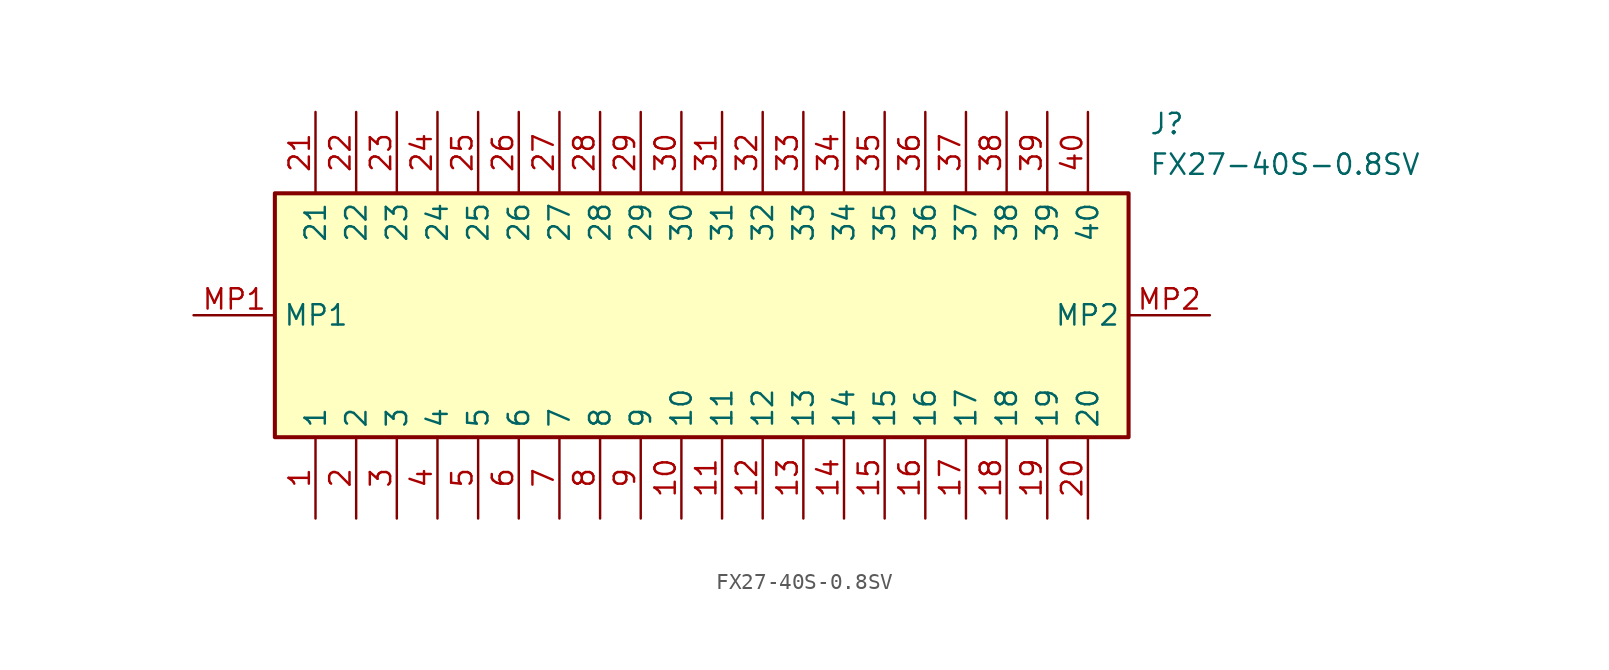
<source format=kicad_sym>
(kicad_symbol_lib
  (version 20211014)
  (generator SamacSys_ECAD_Model)
  (symbol "FX27-40S-0.8SV"
    (property "Reference" "J"
      (at 59.69 12.7 0)
      (effects (font (size 1.27 1.27)) (justify left top)))
    (property "Value" "FX27-40S-0.8SV"
      (at 59.69 10.16 0)
      (effects (font (size 1.27 1.27)) (justify left top)))
    (rectangle
      (start 5.08 7.62)
      (end 58.42 -7.62)
      (stroke (width 0.254) (type default))
      (fill (type background)))
    (pin passive line
      (at 7.62 -12.7 90)
      (length 5.08)
      (name "1" (effects (font (size 1.27 1.27))))
      (number "1" (effects (font (size 1.27 1.27)))))
    (pin passive line
      (at 10.16 -12.7 90)
      (length 5.08)
      (name "2" (effects (font (size 1.27 1.27))))
      (number "2" (effects (font (size 1.27 1.27)))))
    (pin passive line
      (at 12.7 -12.7 90)
      (length 5.08)
      (name "3" (effects (font (size 1.27 1.27))))
      (number "3" (effects (font (size 1.27 1.27)))))
    (pin passive line
      (at 15.24 -12.7 90)
      (length 5.08)
      (name "4" (effects (font (size 1.27 1.27))))
      (number "4" (effects (font (size 1.27 1.27)))))
    (pin passive line
      (at 17.78 -12.7 90)
      (length 5.08)
      (name "5" (effects (font (size 1.27 1.27))))
      (number "5" (effects (font (size 1.27 1.27)))))
    (pin passive line
      (at 20.32 -12.7 90)
      (length 5.08)
      (name "6" (effects (font (size 1.27 1.27))))
      (number "6" (effects (font (size 1.27 1.27)))))
    (pin passive line
      (at 22.86 -12.7 90)
      (length 5.08)
      (name "7" (effects (font (size 1.27 1.27))))
      (number "7" (effects (font (size 1.27 1.27)))))
    (pin passive line
      (at 25.4 -12.7 90)
      (length 5.08)
      (name "8" (effects (font (size 1.27 1.27))))
      (number "8" (effects (font (size 1.27 1.27)))))
    (pin passive line
      (at 27.94 -12.7 90)
      (length 5.08)
      (name "9" (effects (font (size 1.27 1.27))))
      (number "9" (effects (font (size 1.27 1.27)))))
    (pin passive line
      (at 30.48 -12.7 90)
      (length 5.08)
      (name "10" (effects (font (size 1.27 1.27))))
      (number "10" (effects (font (size 1.27 1.27)))))
    (pin passive line
      (at 33.02 -12.7 90)
      (length 5.08)
      (name "11" (effects (font (size 1.27 1.27))))
      (number "11" (effects (font (size 1.27 1.27)))))
    (pin passive line
      (at 35.56 -12.7 90)
      (length 5.08)
      (name "12" (effects (font (size 1.27 1.27))))
      (number "12" (effects (font (size 1.27 1.27)))))
    (pin passive line
      (at 38.1 -12.7 90)
      (length 5.08)
      (name "13" (effects (font (size 1.27 1.27))))
      (number "13" (effects (font (size 1.27 1.27)))))
    (pin passive line
      (at 40.64 -12.7 90)
      (length 5.08)
      (name "14" (effects (font (size 1.27 1.27))))
      (number "14" (effects (font (size 1.27 1.27)))))
    (pin passive line
      (at 43.18 -12.7 90)
      (length 5.08)
      (name "15" (effects (font (size 1.27 1.27))))
      (number "15" (effects (font (size 1.27 1.27)))))
    (pin passive line
      (at 45.72 -12.7 90)
      (length 5.08)
      (name "16" (effects (font (size 1.27 1.27))))
      (number "16" (effects (font (size 1.27 1.27)))))
    (pin passive line
      (at 48.26 -12.7 90)
      (length 5.08)
      (name "17" (effects (font (size 1.27 1.27))))
      (number "17" (effects (font (size 1.27 1.27)))))
    (pin passive line
      (at 50.8 -12.7 90)
      (length 5.08)
      (name "18" (effects (font (size 1.27 1.27))))
      (number "18" (effects (font (size 1.27 1.27)))))
    (pin passive line
      (at 53.34 -12.7 90)
      (length 5.08)
      (name "19" (effects (font (size 1.27 1.27))))
      (number "19" (effects (font (size 1.27 1.27)))))
    (pin passive line
      (at 55.88 -12.7 90)
      (length 5.08)
      (name "20" (effects (font (size 1.27 1.27))))
      (number "20" (effects (font (size 1.27 1.27)))))
    (pin passive line
      (at 7.62 12.7 270)
      (length 5.08)
      (name "21" (effects (font (size 1.27 1.27))))
      (number "21" (effects (font (size 1.27 1.27)))))
    (pin passive line
      (at 10.16 12.7 270)
      (length 5.08)
      (name "22" (effects (font (size 1.27 1.27))))
      (number "22" (effects (font (size 1.27 1.27)))))
    (pin passive line
      (at 12.7 12.7 270)
      (length 5.08)
      (name "23" (effects (font (size 1.27 1.27))))
      (number "23" (effects (font (size 1.27 1.27)))))
    (pin passive line
      (at 15.24 12.7 270)
      (length 5.08)
      (name "24" (effects (font (size 1.27 1.27))))
      (number "24" (effects (font (size 1.27 1.27)))))
    (pin passive line
      (at 17.78 12.7 270)
      (length 5.08)
      (name "25" (effects (font (size 1.27 1.27))))
      (number "25" (effects (font (size 1.27 1.27)))))
    (pin passive line
      (at 20.32 12.7 270)
      (length 5.08)
      (name "26" (effects (font (size 1.27 1.27))))
      (number "26" (effects (font (size 1.27 1.27)))))
    (pin passive line
      (at 22.86 12.7 270)
      (length 5.08)
      (name "27" (effects (font (size 1.27 1.27))))
      (number "27" (effects (font (size 1.27 1.27)))))
    (pin passive line
      (at 25.4 12.7 270)
      (length 5.08)
      (name "28" (effects (font (size 1.27 1.27))))
      (number "28" (effects (font (size 1.27 1.27)))))
    (pin passive line
      (at 27.94 12.7 270)
      (length 5.08)
      (name "29" (effects (font (size 1.27 1.27))))
      (number "29" (effects (font (size 1.27 1.27)))))
    (pin passive line
      (at 30.48 12.7 270)
      (length 5.08)
      (name "30" (effects (font (size 1.27 1.27))))
      (number "30" (effects (font (size 1.27 1.27)))))
    (pin passive line
      (at 33.02 12.7 270)
      (length 5.08)
      (name "31" (effects (font (size 1.27 1.27))))
      (number "31" (effects (font (size 1.27 1.27)))))
    (pin passive line
      (at 35.56 12.7 270)
      (length 5.08)
      (name "32" (effects (font (size 1.27 1.27))))
      (number "32" (effects (font (size 1.27 1.27)))))
    (pin passive line
      (at 38.1 12.7 270)
      (length 5.08)
      (name "33" (effects (font (size 1.27 1.27))))
      (number "33" (effects (font (size 1.27 1.27)))))
    (pin passive line
      (at 40.64 12.7 270)
      (length 5.08)
      (name "34" (effects (font (size 1.27 1.27))))
      (number "34" (effects (font (size 1.27 1.27)))))
    (pin passive line
      (at 43.18 12.7 270)
      (length 5.08)
      (name "35" (effects (font (size 1.27 1.27))))
      (number "35" (effects (font (size 1.27 1.27)))))
    (pin passive line
      (at 45.72 12.7 270)
      (length 5.08)
      (name "36" (effects (font (size 1.27 1.27))))
      (number "36" (effects (font (size 1.27 1.27)))))
    (pin passive line
      (at 48.26 12.7 270)
      (length 5.08)
      (name "37" (effects (font (size 1.27 1.27))))
      (number "37" (effects (font (size 1.27 1.27)))))
    (pin passive line
      (at 50.8 12.7 270)
      (length 5.08)
      (name "38" (effects (font (size 1.27 1.27))))
      (number "38" (effects (font (size 1.27 1.27)))))
    (pin passive line
      (at 53.34 12.7 270)
      (length 5.08)
      (name "39" (effects (font (size 1.27 1.27))))
      (number "39" (effects (font (size 1.27 1.27)))))
    (pin passive line
      (at 55.88 12.7 270)
      (length 5.08)
      (name "40" (effects (font (size 1.27 1.27))))
      (number "40" (effects (font (size 1.27 1.27)))))
    (pin passive line
      (at 0 0 0)
      (length 5.08)
      (name "MP1" (effects (font (size 1.27 1.27))))
      (number "MP1" (effects (font (size 1.27 1.27)))))
    (pin passive line
      (at 63.5 0 180)
      (length 5.08)
      (name "MP2" (effects (font (size 1.27 1.27))))
      (number "MP2" (effects (font (size 1.27 1.27)))))))
</source>
